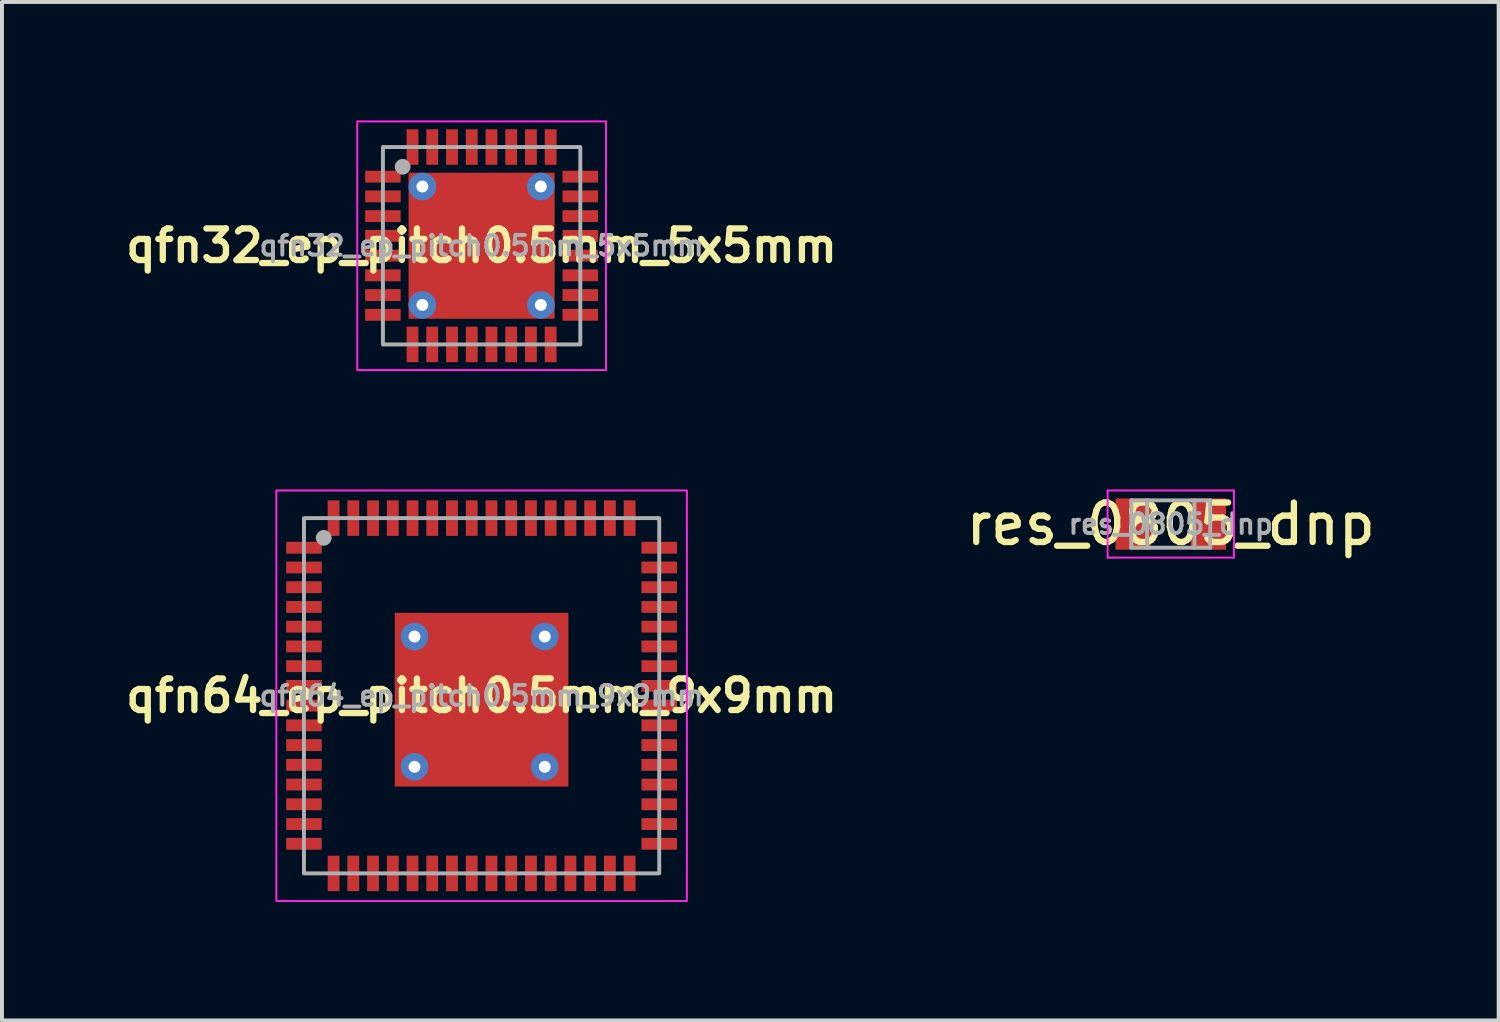
<source format=kicad_pcb>
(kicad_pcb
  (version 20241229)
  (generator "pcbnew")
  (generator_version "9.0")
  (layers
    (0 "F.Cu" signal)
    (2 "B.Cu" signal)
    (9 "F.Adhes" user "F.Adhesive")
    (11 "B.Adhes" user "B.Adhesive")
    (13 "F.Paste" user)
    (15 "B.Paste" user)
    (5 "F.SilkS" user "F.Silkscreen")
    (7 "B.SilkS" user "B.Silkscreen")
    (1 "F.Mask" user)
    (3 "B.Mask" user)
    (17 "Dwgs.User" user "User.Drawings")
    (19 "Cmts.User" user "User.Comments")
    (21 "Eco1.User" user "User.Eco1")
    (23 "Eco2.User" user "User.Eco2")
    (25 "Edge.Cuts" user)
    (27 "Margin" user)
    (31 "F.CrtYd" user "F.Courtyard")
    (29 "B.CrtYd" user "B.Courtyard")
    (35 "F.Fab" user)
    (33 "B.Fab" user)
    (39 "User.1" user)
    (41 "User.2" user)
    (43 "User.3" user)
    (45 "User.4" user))
  (footprint "qfn32_ep_pitch0.5mm_5x5mm"
    (layer "F.Cu")
    (at 9.15 3.175)
    (property "Reference" "qfn32_ep_pitch0.5mm_5x5mm" (at 0 0 0) (layer "F.SilkS") (effects (font (size 0.8 0.8) (thickness 0.16))))
    (attr smd)
    (fp_rect (start -3.15 -3.15) (end 3.15 3.15) (stroke (width 0.05) (type solid)) (fill no) (layer "F.CrtYd"))
    (fp_rect (start -2.5 -2.5) (end 2.5 2.5) (stroke (width 0.1) (type solid)) (fill no) (layer "F.Fab"))
    (fp_circle (center -2 -2) (end -1.9 -2) (stroke (width 0.2) (type solid)) (fill no) (layer "F.Fab"))
    (fp_text user "${REFERENCE}" (at 0 0 0) (layer "F.Fab") (effects (font (size 0.5 0.5) (thickness 0.1))))
    (pad "1" smd rect (at -2.5 -1.75) (size 0.9 0.3) (layers "F.Cu" "F.Mask" "F.Paste"))
    (pad "2" smd rect (at -2.5 -1.25) (size 0.9 0.3) (layers "F.Cu" "F.Mask" "F.Paste"))
    (pad "3" smd rect (at -2.5 -0.75) (size 0.9 0.3) (layers "F.Cu" "F.Mask" "F.Paste"))
    (pad "4" smd rect (at -2.5 -0.25) (size 0.9 0.3) (layers "F.Cu" "F.Mask" "F.Paste"))
    (pad "5" smd rect (at -2.5 0.25) (size 0.9 0.3) (layers "F.Cu" "F.Mask" "F.Paste"))
    (pad "6" smd rect (at -2.5 0.75) (size 0.9 0.3) (layers "F.Cu" "F.Mask" "F.Paste"))
    (pad "7" smd rect (at -2.5 1.25) (size 0.9 0.3) (layers "F.Cu" "F.Mask" "F.Paste"))
    (pad "8" smd rect (at -2.5 1.75) (size 0.9 0.3) (layers "F.Cu" "F.Mask" "F.Paste"))
    (pad "9" smd rect (at -1.75 2.5 90) (size 0.9 0.3) (layers "F.Cu" "F.Mask" "F.Paste"))
    (pad "10" smd rect (at -1.25 2.5 90) (size 0.9 0.3) (layers "F.Cu" "F.Mask" "F.Paste"))
    (pad "11" smd rect (at -0.75 2.5 90) (size 0.9 0.3) (layers "F.Cu" "F.Mask" "F.Paste"))
    (pad "12" smd rect (at -0.25 2.5 90) (size 0.9 0.3) (layers "F.Cu" "F.Mask" "F.Paste"))
    (pad "13" smd rect (at 0.25 2.5 90) (size 0.9 0.3) (layers "F.Cu" "F.Mask" "F.Paste"))
    (pad "14" smd rect (at 0.75 2.5 90) (size 0.9 0.3) (layers "F.Cu" "F.Mask" "F.Paste"))
    (pad "15" smd rect (at 1.25 2.5 90) (size 0.9 0.3) (layers "F.Cu" "F.Mask" "F.Paste"))
    (pad "16" smd rect (at 1.75 2.5 90) (size 0.9 0.3) (layers "F.Cu" "F.Mask" "F.Paste"))
    (pad "17" smd rect (at 2.5 1.75) (size 0.9 0.3) (layers "F.Cu" "F.Mask" "F.Paste"))
    (pad "18" smd rect (at 2.5 1.25) (size 0.9 0.3) (layers "F.Cu" "F.Mask" "F.Paste"))
    (pad "19" smd rect (at 2.5 0.75) (size 0.9 0.3) (layers "F.Cu" "F.Mask" "F.Paste"))
    (pad "20" smd rect (at 2.5 0.25) (size 0.9 0.3) (layers "F.Cu" "F.Mask" "F.Paste"))
    (pad "21" smd rect (at 2.5 -0.25) (size 0.9 0.3) (layers "F.Cu" "F.Mask" "F.Paste"))
    (pad "22" smd rect (at 2.5 -0.75) (size 0.9 0.3) (layers "F.Cu" "F.Mask" "F.Paste"))
    (pad "23" smd rect (at 2.5 -1.25) (size 0.9 0.3) (layers "F.Cu" "F.Mask" "F.Paste"))
    (pad "24" smd rect (at 2.5 -1.75) (size 0.9 0.3) (layers "F.Cu" "F.Mask" "F.Paste"))
    (pad "25" smd rect (at 1.75 -2.5 90) (size 0.9 0.3) (layers "F.Cu" "F.Mask" "F.Paste"))
    (pad "26" smd rect (at 1.25 -2.5 90) (size 0.9 0.3) (layers "F.Cu" "F.Mask" "F.Paste"))
    (pad "27" smd rect (at 0.75 -2.5 90) (size 0.9 0.3) (layers "F.Cu" "F.Mask" "F.Paste"))
    (pad "28" smd rect (at 0.25 -2.5 90) (size 0.9 0.3) (layers "F.Cu" "F.Mask" "F.Paste"))
    (pad "29" smd rect (at -0.25 -2.5 90) (size 0.9 0.3) (layers "F.Cu" "F.Mask" "F.Paste"))
    (pad "30" smd rect (at -0.75 -2.5 90) (size 0.9 0.3) (layers "F.Cu" "F.Mask" "F.Paste"))
    (pad "31" smd rect (at -1.25 -2.5 90) (size 0.9 0.3) (layers "F.Cu" "F.Mask" "F.Paste"))
    (pad "32" smd rect (at -1.75 -2.5 90) (size 0.9 0.3) (layers "F.Cu" "F.Mask" "F.Paste"))
    (pad "33" thru_hole circle (at -1.5 -1.5) (size 0.7 0.7) (drill 0.3) (layers "*.Cu"))
    (pad "33" thru_hole circle (at -1.5 1.5) (size 0.7 0.7) (drill 0.3) (layers "*.Cu"))
    (pad "33" smd rect (at 0 0) (size 3.7 3.7) (layers "F.Cu" "F.Mask" "F.Paste"))
    (pad "33" thru_hole circle (at 1.5 -1.5) (size 0.7 0.7) (drill 0.3) (layers "*.Cu"))
    (pad "33" thru_hole circle (at 1.5 1.5) (size 0.7 0.7) (drill 0.3) (layers "*.Cu")))
  (footprint "res_0805_dnp"
    (layer "F.Cu")
    (at 26.608 10.225)
    (property "Reference" "res_0805_dnp" (at 0 0 0) (layer "F.SilkS") (effects (font (size 1 1) (thickness 0.16))))
    (attr smd exclude_from_pos_files exclude_from_bom dnp)
    (fp_line (start -1.6 -0.85) (end 1.6 -0.85) (stroke (width 0.05) (type solid)) (layer "F.CrtYd"))
    (fp_line (start -1.6 0.85) (end -1.6 -0.85) (stroke (width 0.05) (type solid)) (layer "F.CrtYd"))
    (fp_line (start 1.6 -0.85) (end 1.6 0.85) (stroke (width 0.05) (type solid)) (layer "F.CrtYd"))
    (fp_line (start 1.6 0.85) (end -1.6 0.85) (stroke (width 0.05) (type solid)) (layer "F.CrtYd"))
    (fp_line (start -1 -0.6) (end -1 0.6) (stroke (width 0.1) (type solid)) (layer "F.Fab"))
    (fp_line (start -1 0.6) (end 1 0.6) (stroke (width 0.1) (type solid)) (layer "F.Fab"))
    (fp_line (start -0.6 -0.6) (end -0.6 0.6) (stroke (width 0.1) (type solid)) (layer "F.Fab"))
    (fp_line (start 0.6 -0.6) (end 0.6 0.6) (stroke (width 0.1) (type solid)) (layer "F.Fab"))
    (fp_line (start 1 -0.6) (end -1 -0.6) (stroke (width 0.1) (type solid)) (layer "F.Fab"))
    (fp_line (start 1 0.6) (end 1 -0.6) (stroke (width 0.1) (type solid)) (layer "F.Fab"))
    (fp_text user "${REFERENCE}" (at 0 0 0) (layer "F.Fab") (effects (font (size 0.5 0.5) (thickness 0.1))))
    (pad "1" smd rect (at -0.95 0) (size 0.9 1.3) (layers "F.Cu" "F.Mask" "F.Paste"))
    (pad "2" smd rect (at 0.95 0) (size 0.9 1.3) (layers "F.Cu" "F.Mask" "F.Paste"))
    (zone (net_name "") (layer "F.Cu") (hatch edge 0.5) (connect_pads) (min_thickness 0.25) (filled_areas_thickness no) (keepout (tracks allowed) (vias allowed) (pads allowed) (copperpour not_allowed) (footprints allowed)) (placement (enabled no)) (fill) (polygon (pts (xy 26.108 9.375) (xy 27.108 9.375) (xy 27.108 11.075) (xy 26.108 11.075)))))
  (footprint "qfn64_ep_pitch0.5mm_9x9mm"
    (layer "F.Cu")
    (at 9.15 14.575)
    (property "Reference" "qfn64_ep_pitch0.5mm_9x9mm" (at 0 0 0) (layer "F.SilkS") (effects (font (size 0.8 0.8) (thickness 0.16))))
    (attr smd)
    (fp_rect (start -5.2 -5.2) (end 5.2 5.2) (stroke (width 0.05) (type solid)) (fill no) (layer "F.CrtYd"))
    (fp_rect (start -4.5 -4.5) (end 4.5 4.5) (stroke (width 0.1) (type solid)) (fill no) (layer "F.Fab"))
    (fp_circle (center -4 -4) (end -3.9 -4) (stroke (width 0.2) (type solid)) (fill no) (layer "F.Fab"))
    (fp_text user "${REFERENCE}" (at 0 0 0) (layer "F.Fab") (effects (font (size 0.5 0.5) (thickness 0.1))))
    (pad "1" smd rect (at -4.5 -3.75) (size 0.9 0.3) (layers "F.Cu" "F.Mask" "F.Paste"))
    (pad "2" smd rect (at -4.5 -3.25) (size 0.9 0.3) (layers "F.Cu" "F.Mask" "F.Paste"))
    (pad "3" smd rect (at -4.5 -2.75) (size 0.9 0.3) (layers "F.Cu" "F.Mask" "F.Paste"))
    (pad "4" smd rect (at -4.5 -2.25) (size 0.9 0.3) (layers "F.Cu" "F.Mask" "F.Paste"))
    (pad "5" smd rect (at -4.5 -1.75) (size 0.9 0.3) (layers "F.Cu" "F.Mask" "F.Paste"))
    (pad "6" smd rect (at -4.5 -1.25) (size 0.9 0.3) (layers "F.Cu" "F.Mask" "F.Paste"))
    (pad "7" smd rect (at -4.5 -0.75) (size 0.9 0.3) (layers "F.Cu" "F.Mask" "F.Paste"))
    (pad "8" smd rect (at -4.5 -0.25) (size 0.9 0.3) (layers "F.Cu" "F.Mask" "F.Paste"))
    (pad "9" smd rect (at -4.5 0.25) (size 0.9 0.3) (layers "F.Cu" "F.Mask" "F.Paste"))
    (pad "10" smd rect (at -4.5 0.75) (size 0.9 0.3) (layers "F.Cu" "F.Mask" "F.Paste"))
    (pad "11" smd rect (at -4.5 1.25) (size 0.9 0.3) (layers "F.Cu" "F.Mask" "F.Paste"))
    (pad "12" smd rect (at -4.5 1.75) (size 0.9 0.3) (layers "F.Cu" "F.Mask" "F.Paste"))
    (pad "13" smd rect (at -4.5 2.25) (size 0.9 0.3) (layers "F.Cu" "F.Mask" "F.Paste"))
    (pad "14" smd rect (at -4.5 2.75) (size 0.9 0.3) (layers "F.Cu" "F.Mask" "F.Paste"))
    (pad "15" smd rect (at -4.5 3.25) (size 0.9 0.3) (layers "F.Cu" "F.Mask" "F.Paste"))
    (pad "16" smd rect (at -4.5 3.75) (size 0.9 0.3) (layers "F.Cu" "F.Mask" "F.Paste"))
    (pad "17" smd rect (at -3.75 4.5 90) (size 0.9 0.3) (layers "F.Cu" "F.Mask" "F.Paste"))
    (pad "18" smd rect (at -3.25 4.5 90) (size 0.9 0.3) (layers "F.Cu" "F.Mask" "F.Paste"))
    (pad "19" smd rect (at -2.75 4.5 90) (size 0.9 0.3) (layers "F.Cu" "F.Mask" "F.Paste"))
    (pad "20" smd rect (at -2.25 4.5 90) (size 0.9 0.3) (layers "F.Cu" "F.Mask" "F.Paste"))
    (pad "21" smd rect (at -1.75 4.5 90) (size 0.9 0.3) (layers "F.Cu" "F.Mask" "F.Paste"))
    (pad "22" smd rect (at -1.25 4.5 90) (size 0.9 0.3) (layers "F.Cu" "F.Mask" "F.Paste"))
    (pad "23" smd rect (at -0.75 4.5 90) (size 0.9 0.3) (layers "F.Cu" "F.Mask" "F.Paste"))
    (pad "24" smd rect (at -0.25 4.5 90) (size 0.9 0.3) (layers "F.Cu" "F.Mask" "F.Paste"))
    (pad "25" smd rect (at 0.25 4.5 90) (size 0.9 0.3) (layers "F.Cu" "F.Mask" "F.Paste"))
    (pad "26" smd rect (at 0.75 4.5 90) (size 0.9 0.3) (layers "F.Cu" "F.Mask" "F.Paste"))
    (pad "27" smd rect (at 1.25 4.5 90) (size 0.9 0.3) (layers "F.Cu" "F.Mask" "F.Paste"))
    (pad "28" smd rect (at 1.75 4.5 90) (size 0.9 0.3) (layers "F.Cu" "F.Mask" "F.Paste"))
    (pad "29" smd rect (at 2.25 4.5 90) (size 0.9 0.3) (layers "F.Cu" "F.Mask" "F.Paste"))
    (pad "30" smd rect (at 2.75 4.5 90) (size 0.9 0.3) (layers "F.Cu" "F.Mask" "F.Paste"))
    (pad "31" smd rect (at 3.25 4.5 90) (size 0.9 0.3) (layers "F.Cu" "F.Mask" "F.Paste"))
    (pad "32" smd rect (at 3.75 4.5 90) (size 0.9 0.3) (layers "F.Cu" "F.Mask" "F.Paste"))
    (pad "33" smd rect (at 4.5 3.75) (size 0.9 0.3) (layers "F.Cu" "F.Mask" "F.Paste"))
    (pad "34" smd rect (at 4.5 3.25) (size 0.9 0.3) (layers "F.Cu" "F.Mask" "F.Paste"))
    (pad "35" smd rect (at 4.5 2.75) (size 0.9 0.3) (layers "F.Cu" "F.Mask" "F.Paste"))
    (pad "36" smd rect (at 4.5 2.25) (size 0.9 0.3) (layers "F.Cu" "F.Mask" "F.Paste"))
    (pad "37" smd rect (at 4.5 1.75) (size 0.9 0.3) (layers "F.Cu" "F.Mask" "F.Paste"))
    (pad "38" smd rect (at 4.5 1.25) (size 0.9 0.3) (layers "F.Cu" "F.Mask" "F.Paste"))
    (pad "39" smd rect (at 4.5 0.75) (size 0.9 0.3) (layers "F.Cu" "F.Mask" "F.Paste"))
    (pad "40" smd rect (at 4.5 0.25) (size 0.9 0.3) (layers "F.Cu" "F.Mask" "F.Paste"))
    (pad "41" smd rect (at 4.5 -0.25) (size 0.9 0.3) (layers "F.Cu" "F.Mask" "F.Paste"))
    (pad "42" smd rect (at 4.5 -0.75) (size 0.9 0.3) (layers "F.Cu" "F.Mask" "F.Paste"))
    (pad "43" smd rect (at 4.5 -1.25) (size 0.9 0.3) (layers "F.Cu" "F.Mask" "F.Paste"))
    (pad "44" smd rect (at 4.5 -1.75) (size 0.9 0.3) (layers "F.Cu" "F.Mask" "F.Paste"))
    (pad "45" smd rect (at 4.5 -2.25) (size 0.9 0.3) (layers "F.Cu" "F.Mask" "F.Paste"))
    (pad "46" smd rect (at 4.5 -2.75) (size 0.9 0.3) (layers "F.Cu" "F.Mask" "F.Paste"))
    (pad "47" smd rect (at 4.5 -3.25) (size 0.9 0.3) (layers "F.Cu" "F.Mask" "F.Paste"))
    (pad "48" smd rect (at 4.5 -3.75) (size 0.9 0.3) (layers "F.Cu" "F.Mask" "F.Paste"))
    (pad "49" smd rect (at 3.75 -4.5 90) (size 0.9 0.3) (layers "F.Cu" "F.Mask" "F.Paste"))
    (pad "50" smd rect (at 3.25 -4.5 90) (size 0.9 0.3) (layers "F.Cu" "F.Mask" "F.Paste"))
    (pad "51" smd rect (at 2.75 -4.5 90) (size 0.9 0.3) (layers "F.Cu" "F.Mask" "F.Paste"))
    (pad "52" smd rect (at 2.25 -4.5 90) (size 0.9 0.3) (layers "F.Cu" "F.Mask" "F.Paste"))
    (pad "53" smd rect (at 1.75 -4.5 90) (size 0.9 0.3) (layers "F.Cu" "F.Mask" "F.Paste"))
    (pad "54" smd rect (at 1.25 -4.5 90) (size 0.9 0.3) (layers "F.Cu" "F.Mask" "F.Paste"))
    (pad "55" smd rect (at 0.75 -4.5 90) (size 0.9 0.3) (layers "F.Cu" "F.Mask" "F.Paste"))
    (pad "56" smd rect (at 0.25 -4.5 90) (size 0.9 0.3) (layers "F.Cu" "F.Mask" "F.Paste"))
    (pad "57" smd rect (at -0.25 -4.5 90) (size 0.9 0.3) (layers "F.Cu" "F.Mask" "F.Paste"))
    (pad "58" smd rect (at -0.75 -4.5 90) (size 0.9 0.3) (layers "F.Cu" "F.Mask" "F.Paste"))
    (pad "59" smd rect (at -1.25 -4.5 90) (size 0.9 0.3) (layers "F.Cu" "F.Mask" "F.Paste"))
    (pad "60" smd rect (at -1.75 -4.5 90) (size 0.9 0.3) (layers "F.Cu" "F.Mask" "F.Paste"))
    (pad "61" smd rect (at -2.25 -4.5 90) (size 0.9 0.3) (layers "F.Cu" "F.Mask" "F.Paste"))
    (pad "62" smd rect (at -2.75 -4.5 90) (size 0.9 0.3) (layers "F.Cu" "F.Mask" "F.Paste"))
    (pad "63" smd rect (at -3.25 -4.5 90) (size 0.9 0.3) (layers "F.Cu" "F.Mask" "F.Paste"))
    (pad "64" smd rect (at -3.75 -4.5 90) (size 0.9 0.3) (layers "F.Cu" "F.Mask" "F.Paste"))
    (pad "65" thru_hole circle (at -1.7 -1.5) (size 0.7 0.7) (drill 0.3) (layers "*.Cu"))
    (pad "65" thru_hole circle (at -1.7 1.8) (size 0.7 0.7) (drill 0.3) (layers "*.Cu"))
    (pad "65" smd rect (at 0 0.1) (size 4.4 4.4) (layers "F.Cu" "F.Mask" "F.Paste"))
    (pad "65" thru_hole circle (at 1.6 -1.5) (size 0.7 0.7) (drill 0.3) (layers "*.Cu"))
    (pad "65" thru_hole circle (at 1.6 1.8) (size 0.7 0.7) (drill 0.3) (layers "*.Cu")))
  (gr_rect
    (start -3 -3)
    (end 34.914 22.8)
    (stroke (width 0.1) (type default))
    (fill no)
    (layer "Edge.Cuts")))
</source>
